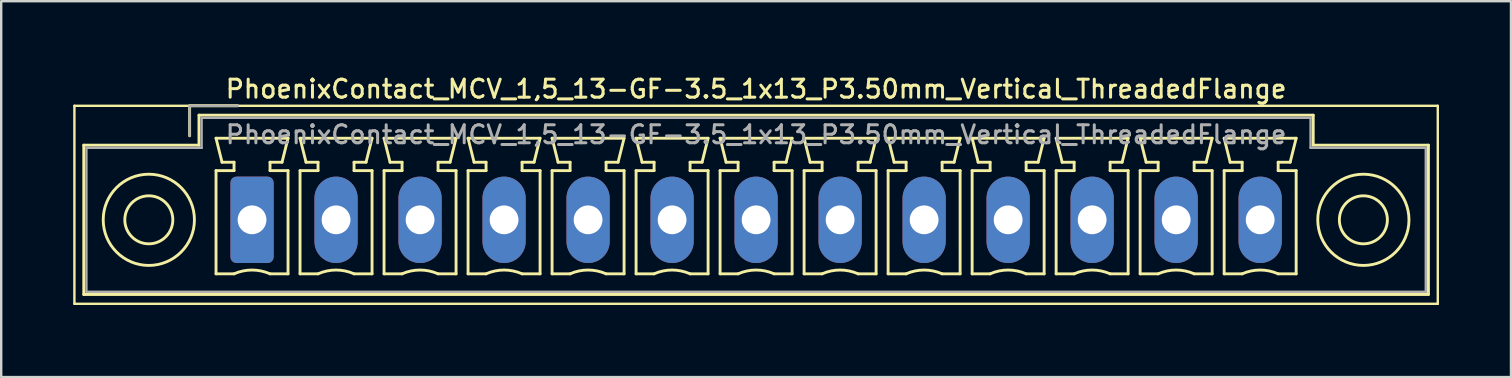
<source format=kicad_pcb>
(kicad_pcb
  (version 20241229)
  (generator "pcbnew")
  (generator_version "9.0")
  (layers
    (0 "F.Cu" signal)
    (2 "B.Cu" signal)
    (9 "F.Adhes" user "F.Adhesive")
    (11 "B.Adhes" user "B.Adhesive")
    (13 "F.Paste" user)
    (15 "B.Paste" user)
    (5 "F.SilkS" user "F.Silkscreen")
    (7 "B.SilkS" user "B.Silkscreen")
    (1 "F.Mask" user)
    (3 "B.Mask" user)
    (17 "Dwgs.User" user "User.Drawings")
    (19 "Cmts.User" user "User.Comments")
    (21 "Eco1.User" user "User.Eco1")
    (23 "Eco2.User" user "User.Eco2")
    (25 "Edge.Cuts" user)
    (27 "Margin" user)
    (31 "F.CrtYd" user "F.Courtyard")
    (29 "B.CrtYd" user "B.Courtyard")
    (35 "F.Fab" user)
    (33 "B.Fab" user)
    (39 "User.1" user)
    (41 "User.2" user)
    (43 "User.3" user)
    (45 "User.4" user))
  (footprint "PhoenixContact_MCV_1,5_13-GF-3.5_1x13_P3.50mm_Vertical_ThreadedFlange"
    (layer "F.Cu")
    (at 7.45 6.108)
    (property "Reference" "PhoenixContact_MCV_1,5_13-GF-3.5_1x13_P3.50mm_Vertical_ThreadedFlange" (at 21 -5.45 0) (layer "F.SilkS") (effects (font (size 0.75 0.75) (thickness 0.125))))
    (attr through_hole)
    (fp_line (start -7.4 -4.75) (end -7.4 3.5) (stroke (width 0.1) (type solid)) (layer "F.SilkS"))
    (fp_line (start -7.4 3.5) (end 49.4 3.5) (stroke (width 0.1) (type solid)) (layer "F.SilkS"))
    (fp_line (start -7.01 -3.11) (end -7.01 3.11) (stroke (width 0.12) (type solid)) (layer "F.SilkS"))
    (fp_line (start -7.01 3.11) (end 49.01 3.11) (stroke (width 0.12) (type solid)) (layer "F.SilkS"))
    (fp_line (start -2.6 -4.75) (end -0.6 -4.75) (stroke (width 0.12) (type solid)) (layer "F.SilkS"))
    (fp_line (start -2.6 -3.5) (end -2.6 -4.75) (stroke (width 0.12) (type solid)) (layer "F.SilkS"))
    (fp_line (start -2.21 -4.36) (end -2.21 -3.11) (stroke (width 0.12) (type solid)) (layer "F.SilkS"))
    (fp_line (start -2.21 -3.11) (end -7.01 -3.11) (stroke (width 0.12) (type solid)) (layer "F.SilkS"))
    (fp_line (start -1.5 -3.4) (end 1.5 -3.4) (stroke (width 0.12) (type solid)) (layer "F.SilkS"))
    (fp_line (start -1.5 -2.05) (end -0.75 -2.05) (stroke (width 0.12) (type solid)) (layer "F.SilkS"))
    (fp_line (start -1.5 2.25) (end -1.5 -2.05) (stroke (width 0.12) (type solid)) (layer "F.SilkS"))
    (fp_line (start -1.25 -2.4) (end -1.5 -3.4) (stroke (width 0.12) (type solid)) (layer "F.SilkS"))
    (fp_line (start -0.75 -2.4) (end -1.25 -2.4) (stroke (width 0.12) (type solid)) (layer "F.SilkS"))
    (fp_line (start -0.75 -2.05) (end -0.75 -2.4) (stroke (width 0.12) (type solid)) (layer "F.SilkS"))
    (fp_line (start -0.75 2.25) (end -1.5 2.25) (stroke (width 0.12) (type solid)) (layer "F.SilkS"))
    (fp_line (start 0.75 -2.4) (end 0.75 -2.05) (stroke (width 0.12) (type solid)) (layer "F.SilkS"))
    (fp_line (start 0.75 -2.05) (end 1.5 -2.05) (stroke (width 0.12) (type solid)) (layer "F.SilkS"))
    (fp_line (start 1.25 -2.4) (end 0.75 -2.4) (stroke (width 0.12) (type solid)) (layer "F.SilkS"))
    (fp_line (start 1.5 -3.4) (end 1.25 -2.4) (stroke (width 0.12) (type solid)) (layer "F.SilkS"))
    (fp_line (start 1.5 -2.05) (end 1.5 2.25) (stroke (width 0.12) (type solid)) (layer "F.SilkS"))
    (fp_line (start 1.5 2.25) (end 0.75 2.25) (stroke (width 0.12) (type solid)) (layer "F.SilkS"))
    (fp_line (start 2 -3.4) (end 5 -3.4) (stroke (width 0.12) (type solid)) (layer "F.SilkS"))
    (fp_line (start 2 -2.05) (end 2.75 -2.05) (stroke (width 0.12) (type solid)) (layer "F.SilkS"))
    (fp_line (start 2 2.25) (end 2 -2.05) (stroke (width 0.12) (type solid)) (layer "F.SilkS"))
    (fp_line (start 2.25 -2.4) (end 2 -3.4) (stroke (width 0.12) (type solid)) (layer "F.SilkS"))
    (fp_line (start 2.75 -2.4) (end 2.25 -2.4) (stroke (width 0.12) (type solid)) (layer "F.SilkS"))
    (fp_line (start 2.75 -2.05) (end 2.75 -2.4) (stroke (width 0.12) (type solid)) (layer "F.SilkS"))
    (fp_line (start 2.75 2.25) (end 2 2.25) (stroke (width 0.12) (type solid)) (layer "F.SilkS"))
    (fp_line (start 4.25 -2.4) (end 4.25 -2.05) (stroke (width 0.12) (type solid)) (layer "F.SilkS"))
    (fp_line (start 4.25 -2.05) (end 5 -2.05) (stroke (width 0.12) (type solid)) (layer "F.SilkS"))
    (fp_line (start 4.75 -2.4) (end 4.25 -2.4) (stroke (width 0.12) (type solid)) (layer "F.SilkS"))
    (fp_line (start 5 -3.4) (end 4.75 -2.4) (stroke (width 0.12) (type solid)) (layer "F.SilkS"))
    (fp_line (start 5 -2.05) (end 5 2.25) (stroke (width 0.12) (type solid)) (layer "F.SilkS"))
    (fp_line (start 5 2.25) (end 4.25 2.25) (stroke (width 0.12) (type solid)) (layer "F.SilkS"))
    (fp_line (start 5.5 -3.4) (end 8.5 -3.4) (stroke (width 0.12) (type solid)) (layer "F.SilkS"))
    (fp_line (start 5.5 -2.05) (end 6.25 -2.05) (stroke (width 0.12) (type solid)) (layer "F.SilkS"))
    (fp_line (start 5.5 2.25) (end 5.5 -2.05) (stroke (width 0.12) (type solid)) (layer "F.SilkS"))
    (fp_line (start 5.75 -2.4) (end 5.5 -3.4) (stroke (width 0.12) (type solid)) (layer "F.SilkS"))
    (fp_line (start 6.25 -2.4) (end 5.75 -2.4) (stroke (width 0.12) (type solid)) (layer "F.SilkS"))
    (fp_line (start 6.25 -2.05) (end 6.25 -2.4) (stroke (width 0.12) (type solid)) (layer "F.SilkS"))
    (fp_line (start 6.25 2.25) (end 5.5 2.25) (stroke (width 0.12) (type solid)) (layer "F.SilkS"))
    (fp_line (start 7.75 -2.4) (end 7.75 -2.05) (stroke (width 0.12) (type solid)) (layer "F.SilkS"))
    (fp_line (start 7.75 -2.05) (end 8.5 -2.05) (stroke (width 0.12) (type solid)) (layer "F.SilkS"))
    (fp_line (start 8.25 -2.4) (end 7.75 -2.4) (stroke (width 0.12) (type solid)) (layer "F.SilkS"))
    (fp_line (start 8.5 -3.4) (end 8.25 -2.4) (stroke (width 0.12) (type solid)) (layer "F.SilkS"))
    (fp_line (start 8.5 -2.05) (end 8.5 2.25) (stroke (width 0.12) (type solid)) (layer "F.SilkS"))
    (fp_line (start 8.5 2.25) (end 7.75 2.25) (stroke (width 0.12) (type solid)) (layer "F.SilkS"))
    (fp_line (start 9 -3.4) (end 12 -3.4) (stroke (width 0.12) (type solid)) (layer "F.SilkS"))
    (fp_line (start 9 -2.05) (end 9.75 -2.05) (stroke (width 0.12) (type solid)) (layer "F.SilkS"))
    (fp_line (start 9 2.25) (end 9 -2.05) (stroke (width 0.12) (type solid)) (layer "F.SilkS"))
    (fp_line (start 9.25 -2.4) (end 9 -3.4) (stroke (width 0.12) (type solid)) (layer "F.SilkS"))
    (fp_line (start 9.75 -2.4) (end 9.25 -2.4) (stroke (width 0.12) (type solid)) (layer "F.SilkS"))
    (fp_line (start 9.75 -2.05) (end 9.75 -2.4) (stroke (width 0.12) (type solid)) (layer "F.SilkS"))
    (fp_line (start 9.75 2.25) (end 9 2.25) (stroke (width 0.12) (type solid)) (layer "F.SilkS"))
    (fp_line (start 11.25 -2.4) (end 11.25 -2.05) (stroke (width 0.12) (type solid)) (layer "F.SilkS"))
    (fp_line (start 11.25 -2.05) (end 12 -2.05) (stroke (width 0.12) (type solid)) (layer "F.SilkS"))
    (fp_line (start 11.75 -2.4) (end 11.25 -2.4) (stroke (width 0.12) (type solid)) (layer "F.SilkS"))
    (fp_line (start 12 -3.4) (end 11.75 -2.4) (stroke (width 0.12) (type solid)) (layer "F.SilkS"))
    (fp_line (start 12 -2.05) (end 12 2.25) (stroke (width 0.12) (type solid)) (layer "F.SilkS"))
    (fp_line (start 12 2.25) (end 11.25 2.25) (stroke (width 0.12) (type solid)) (layer "F.SilkS"))
    (fp_line (start 12.5 -3.4) (end 15.5 -3.4) (stroke (width 0.12) (type solid)) (layer "F.SilkS"))
    (fp_line (start 12.5 -2.05) (end 13.25 -2.05) (stroke (width 0.12) (type solid)) (layer "F.SilkS"))
    (fp_line (start 12.5 2.25) (end 12.5 -2.05) (stroke (width 0.12) (type solid)) (layer "F.SilkS"))
    (fp_line (start 12.75 -2.4) (end 12.5 -3.4) (stroke (width 0.12) (type solid)) (layer "F.SilkS"))
    (fp_line (start 13.25 -2.4) (end 12.75 -2.4) (stroke (width 0.12) (type solid)) (layer "F.SilkS"))
    (fp_line (start 13.25 -2.05) (end 13.25 -2.4) (stroke (width 0.12) (type solid)) (layer "F.SilkS"))
    (fp_line (start 13.25 2.25) (end 12.5 2.25) (stroke (width 0.12) (type solid)) (layer "F.SilkS"))
    (fp_line (start 14.75 -2.4) (end 14.75 -2.05) (stroke (width 0.12) (type solid)) (layer "F.SilkS"))
    (fp_line (start 14.75 -2.05) (end 15.5 -2.05) (stroke (width 0.12) (type solid)) (layer "F.SilkS"))
    (fp_line (start 15.25 -2.4) (end 14.75 -2.4) (stroke (width 0.12) (type solid)) (layer "F.SilkS"))
    (fp_line (start 15.5 -3.4) (end 15.25 -2.4) (stroke (width 0.12) (type solid)) (layer "F.SilkS"))
    (fp_line (start 15.5 -2.05) (end 15.5 2.25) (stroke (width 0.12) (type solid)) (layer "F.SilkS"))
    (fp_line (start 15.5 2.25) (end 14.75 2.25) (stroke (width 0.12) (type solid)) (layer "F.SilkS"))
    (fp_line (start 16 -3.4) (end 19 -3.4) (stroke (width 0.12) (type solid)) (layer "F.SilkS"))
    (fp_line (start 16 -2.05) (end 16.75 -2.05) (stroke (width 0.12) (type solid)) (layer "F.SilkS"))
    (fp_line (start 16 2.25) (end 16 -2.05) (stroke (width 0.12) (type solid)) (layer "F.SilkS"))
    (fp_line (start 16.25 -2.4) (end 16 -3.4) (stroke (width 0.12) (type solid)) (layer "F.SilkS"))
    (fp_line (start 16.75 -2.4) (end 16.25 -2.4) (stroke (width 0.12) (type solid)) (layer "F.SilkS"))
    (fp_line (start 16.75 -2.05) (end 16.75 -2.4) (stroke (width 0.12) (type solid)) (layer "F.SilkS"))
    (fp_line (start 16.75 2.25) (end 16 2.25) (stroke (width 0.12) (type solid)) (layer "F.SilkS"))
    (fp_line (start 18.25 -2.4) (end 18.25 -2.05) (stroke (width 0.12) (type solid)) (layer "F.SilkS"))
    (fp_line (start 18.25 -2.05) (end 19 -2.05) (stroke (width 0.12) (type solid)) (layer "F.SilkS"))
    (fp_line (start 18.75 -2.4) (end 18.25 -2.4) (stroke (width 0.12) (type solid)) (layer "F.SilkS"))
    (fp_line (start 19 -3.4) (end 18.75 -2.4) (stroke (width 0.12) (type solid)) (layer "F.SilkS"))
    (fp_line (start 19 -2.05) (end 19 2.25) (stroke (width 0.12) (type solid)) (layer "F.SilkS"))
    (fp_line (start 19 2.25) (end 18.25 2.25) (stroke (width 0.12) (type solid)) (layer "F.SilkS"))
    (fp_line (start 19.5 -3.4) (end 22.5 -3.4) (stroke (width 0.12) (type solid)) (layer "F.SilkS"))
    (fp_line (start 19.5 -2.05) (end 20.25 -2.05) (stroke (width 0.12) (type solid)) (layer "F.SilkS"))
    (fp_line (start 19.5 2.25) (end 19.5 -2.05) (stroke (width 0.12) (type solid)) (layer "F.SilkS"))
    (fp_line (start 19.75 -2.4) (end 19.5 -3.4) (stroke (width 0.12) (type solid)) (layer "F.SilkS"))
    (fp_line (start 20.25 -2.4) (end 19.75 -2.4) (stroke (width 0.12) (type solid)) (layer "F.SilkS"))
    (fp_line (start 20.25 -2.05) (end 20.25 -2.4) (stroke (width 0.12) (type solid)) (layer "F.SilkS"))
    (fp_line (start 20.25 2.25) (end 19.5 2.25) (stroke (width 0.12) (type solid)) (layer "F.SilkS"))
    (fp_line (start 21.75 -2.4) (end 21.75 -2.05) (stroke (width 0.12) (type solid)) (layer "F.SilkS"))
    (fp_line (start 21.75 -2.05) (end 22.5 -2.05) (stroke (width 0.12) (type solid)) (layer "F.SilkS"))
    (fp_line (start 22.25 -2.4) (end 21.75 -2.4) (stroke (width 0.12) (type solid)) (layer "F.SilkS"))
    (fp_line (start 22.5 -3.4) (end 22.25 -2.4) (stroke (width 0.12) (type solid)) (layer "F.SilkS"))
    (fp_line (start 22.5 -2.05) (end 22.5 2.25) (stroke (width 0.12) (type solid)) (layer "F.SilkS"))
    (fp_line (start 22.5 2.25) (end 21.75 2.25) (stroke (width 0.12) (type solid)) (layer "F.SilkS"))
    (fp_line (start 23 -3.4) (end 26 -3.4) (stroke (width 0.12) (type solid)) (layer "F.SilkS"))
    (fp_line (start 23 -2.05) (end 23.75 -2.05) (stroke (width 0.12) (type solid)) (layer "F.SilkS"))
    (fp_line (start 23 2.25) (end 23 -2.05) (stroke (width 0.12) (type solid)) (layer "F.SilkS"))
    (fp_line (start 23.25 -2.4) (end 23 -3.4) (stroke (width 0.12) (type solid)) (layer "F.SilkS"))
    (fp_line (start 23.75 -2.4) (end 23.25 -2.4) (stroke (width 0.12) (type solid)) (layer "F.SilkS"))
    (fp_line (start 23.75 -2.05) (end 23.75 -2.4) (stroke (width 0.12) (type solid)) (layer "F.SilkS"))
    (fp_line (start 23.75 2.25) (end 23 2.25) (stroke (width 0.12) (type solid)) (layer "F.SilkS"))
    (fp_line (start 25.25 -2.4) (end 25.25 -2.05) (stroke (width 0.12) (type solid)) (layer "F.SilkS"))
    (fp_line (start 25.25 -2.05) (end 26 -2.05) (stroke (width 0.12) (type solid)) (layer "F.SilkS"))
    (fp_line (start 25.75 -2.4) (end 25.25 -2.4) (stroke (width 0.12) (type solid)) (layer "F.SilkS"))
    (fp_line (start 26 -3.4) (end 25.75 -2.4) (stroke (width 0.12) (type solid)) (layer "F.SilkS"))
    (fp_line (start 26 -2.05) (end 26 2.25) (stroke (width 0.12) (type solid)) (layer "F.SilkS"))
    (fp_line (start 26 2.25) (end 25.25 2.25) (stroke (width 0.12) (type solid)) (layer "F.SilkS"))
    (fp_line (start 26.5 -3.4) (end 29.5 -3.4) (stroke (width 0.12) (type solid)) (layer "F.SilkS"))
    (fp_line (start 26.5 -2.05) (end 27.25 -2.05) (stroke (width 0.12) (type solid)) (layer "F.SilkS"))
    (fp_line (start 26.5 2.25) (end 26.5 -2.05) (stroke (width 0.12) (type solid)) (layer "F.SilkS"))
    (fp_line (start 26.75 -2.4) (end 26.5 -3.4) (stroke (width 0.12) (type solid)) (layer "F.SilkS"))
    (fp_line (start 27.25 -2.4) (end 26.75 -2.4) (stroke (width 0.12) (type solid)) (layer "F.SilkS"))
    (fp_line (start 27.25 -2.05) (end 27.25 -2.4) (stroke (width 0.12) (type solid)) (layer "F.SilkS"))
    (fp_line (start 27.25 2.25) (end 26.5 2.25) (stroke (width 0.12) (type solid)) (layer "F.SilkS"))
    (fp_line (start 28.75 -2.4) (end 28.75 -2.05) (stroke (width 0.12) (type solid)) (layer "F.SilkS"))
    (fp_line (start 28.75 -2.05) (end 29.5 -2.05) (stroke (width 0.12) (type solid)) (layer "F.SilkS"))
    (fp_line (start 29.25 -2.4) (end 28.75 -2.4) (stroke (width 0.12) (type solid)) (layer "F.SilkS"))
    (fp_line (start 29.5 -3.4) (end 29.25 -2.4) (stroke (width 0.12) (type solid)) (layer "F.SilkS"))
    (fp_line (start 29.5 -2.05) (end 29.5 2.25) (stroke (width 0.12) (type solid)) (layer "F.SilkS"))
    (fp_line (start 29.5 2.25) (end 28.75 2.25) (stroke (width 0.12) (type solid)) (layer "F.SilkS"))
    (fp_line (start 30 -3.4) (end 33 -3.4) (stroke (width 0.12) (type solid)) (layer "F.SilkS"))
    (fp_line (start 30 -2.05) (end 30.75 -2.05) (stroke (width 0.12) (type solid)) (layer "F.SilkS"))
    (fp_line (start 30 2.25) (end 30 -2.05) (stroke (width 0.12) (type solid)) (layer "F.SilkS"))
    (fp_line (start 30.25 -2.4) (end 30 -3.4) (stroke (width 0.12) (type solid)) (layer "F.SilkS"))
    (fp_line (start 30.75 -2.4) (end 30.25 -2.4) (stroke (width 0.12) (type solid)) (layer "F.SilkS"))
    (fp_line (start 30.75 -2.05) (end 30.75 -2.4) (stroke (width 0.12) (type solid)) (layer "F.SilkS"))
    (fp_line (start 30.75 2.25) (end 30 2.25) (stroke (width 0.12) (type solid)) (layer "F.SilkS"))
    (fp_line (start 32.25 -2.4) (end 32.25 -2.05) (stroke (width 0.12) (type solid)) (layer "F.SilkS"))
    (fp_line (start 32.25 -2.05) (end 33 -2.05) (stroke (width 0.12) (type solid)) (layer "F.SilkS"))
    (fp_line (start 32.75 -2.4) (end 32.25 -2.4) (stroke (width 0.12) (type solid)) (layer "F.SilkS"))
    (fp_line (start 33 -3.4) (end 32.75 -2.4) (stroke (width 0.12) (type solid)) (layer "F.SilkS"))
    (fp_line (start 33 -2.05) (end 33 2.25) (stroke (width 0.12) (type solid)) (layer "F.SilkS"))
    (fp_line (start 33 2.25) (end 32.25 2.25) (stroke (width 0.12) (type solid)) (layer "F.SilkS"))
    (fp_line (start 33.5 -3.4) (end 36.5 -3.4) (stroke (width 0.12) (type solid)) (layer "F.SilkS"))
    (fp_line (start 33.5 -2.05) (end 34.25 -2.05) (stroke (width 0.12) (type solid)) (layer "F.SilkS"))
    (fp_line (start 33.5 2.25) (end 33.5 -2.05) (stroke (width 0.12) (type solid)) (layer "F.SilkS"))
    (fp_line (start 33.75 -2.4) (end 33.5 -3.4) (stroke (width 0.12) (type solid)) (layer "F.SilkS"))
    (fp_line (start 34.25 -2.4) (end 33.75 -2.4) (stroke (width 0.12) (type solid)) (layer "F.SilkS"))
    (fp_line (start 34.25 -2.05) (end 34.25 -2.4) (stroke (width 0.12) (type solid)) (layer "F.SilkS"))
    (fp_line (start 34.25 2.25) (end 33.5 2.25) (stroke (width 0.12) (type solid)) (layer "F.SilkS"))
    (fp_line (start 35.75 -2.4) (end 35.75 -2.05) (stroke (width 0.12) (type solid)) (layer "F.SilkS"))
    (fp_line (start 35.75 -2.05) (end 36.5 -2.05) (stroke (width 0.12) (type solid)) (layer "F.SilkS"))
    (fp_line (start 36.25 -2.4) (end 35.75 -2.4) (stroke (width 0.12) (type solid)) (layer "F.SilkS"))
    (fp_line (start 36.5 -3.4) (end 36.25 -2.4) (stroke (width 0.12) (type solid)) (layer "F.SilkS"))
    (fp_line (start 36.5 -2.05) (end 36.5 2.25) (stroke (width 0.12) (type solid)) (layer "F.SilkS"))
    (fp_line (start 36.5 2.25) (end 35.75 2.25) (stroke (width 0.12) (type solid)) (layer "F.SilkS"))
    (fp_line (start 37 -3.4) (end 40 -3.4) (stroke (width 0.12) (type solid)) (layer "F.SilkS"))
    (fp_line (start 37 -2.05) (end 37.75 -2.05) (stroke (width 0.12) (type solid)) (layer "F.SilkS"))
    (fp_line (start 37 2.25) (end 37 -2.05) (stroke (width 0.12) (type solid)) (layer "F.SilkS"))
    (fp_line (start 37.25 -2.4) (end 37 -3.4) (stroke (width 0.12) (type solid)) (layer "F.SilkS"))
    (fp_line (start 37.75 -2.4) (end 37.25 -2.4) (stroke (width 0.12) (type solid)) (layer "F.SilkS"))
    (fp_line (start 37.75 -2.05) (end 37.75 -2.4) (stroke (width 0.12) (type solid)) (layer "F.SilkS"))
    (fp_line (start 37.75 2.25) (end 37 2.25) (stroke (width 0.12) (type solid)) (layer "F.SilkS"))
    (fp_line (start 39.25 -2.4) (end 39.25 -2.05) (stroke (width 0.12) (type solid)) (layer "F.SilkS"))
    (fp_line (start 39.25 -2.05) (end 40 -2.05) (stroke (width 0.12) (type solid)) (layer "F.SilkS"))
    (fp_line (start 39.75 -2.4) (end 39.25 -2.4) (stroke (width 0.12) (type solid)) (layer "F.SilkS"))
    (fp_line (start 40 -3.4) (end 39.75 -2.4) (stroke (width 0.12) (type solid)) (layer "F.SilkS"))
    (fp_line (start 40 -2.05) (end 40 2.25) (stroke (width 0.12) (type solid)) (layer "F.SilkS"))
    (fp_line (start 40 2.25) (end 39.25 2.25) (stroke (width 0.12) (type solid)) (layer "F.SilkS"))
    (fp_line (start 40.5 -3.4) (end 43.5 -3.4) (stroke (width 0.12) (type solid)) (layer "F.SilkS"))
    (fp_line (start 40.5 -2.05) (end 41.25 -2.05) (stroke (width 0.12) (type solid)) (layer "F.SilkS"))
    (fp_line (start 40.5 2.25) (end 40.5 -2.05) (stroke (width 0.12) (type solid)) (layer "F.SilkS"))
    (fp_line (start 40.75 -2.4) (end 40.5 -3.4) (stroke (width 0.12) (type solid)) (layer "F.SilkS"))
    (fp_line (start 41.25 -2.4) (end 40.75 -2.4) (stroke (width 0.12) (type solid)) (layer "F.SilkS"))
    (fp_line (start 41.25 -2.05) (end 41.25 -2.4) (stroke (width 0.12) (type solid)) (layer "F.SilkS"))
    (fp_line (start 41.25 2.25) (end 40.5 2.25) (stroke (width 0.12) (type solid)) (layer "F.SilkS"))
    (fp_line (start 42.75 -2.4) (end 42.75 -2.05) (stroke (width 0.12) (type solid)) (layer "F.SilkS"))
    (fp_line (start 42.75 -2.05) (end 43.5 -2.05) (stroke (width 0.12) (type solid)) (layer "F.SilkS"))
    (fp_line (start 43.25 -2.4) (end 42.75 -2.4) (stroke (width 0.12) (type solid)) (layer "F.SilkS"))
    (fp_line (start 43.5 -3.4) (end 43.25 -2.4) (stroke (width 0.12) (type solid)) (layer "F.SilkS"))
    (fp_line (start 43.5 -2.05) (end 43.5 2.25) (stroke (width 0.12) (type solid)) (layer "F.SilkS"))
    (fp_line (start 43.5 2.25) (end 42.75 2.25) (stroke (width 0.12) (type solid)) (layer "F.SilkS"))
    (fp_line (start 44.21 -4.36) (end -2.21 -4.36) (stroke (width 0.12) (type solid)) (layer "F.SilkS"))
    (fp_line (start 44.21 -3.11) (end 44.21 -4.36) (stroke (width 0.12) (type solid)) (layer "F.SilkS"))
    (fp_line (start 49.01 -3.11) (end 44.21 -3.11) (stroke (width 0.12) (type solid)) (layer "F.SilkS"))
    (fp_line (start 49.01 3.11) (end 49.01 -3.11) (stroke (width 0.12) (type solid)) (layer "F.SilkS"))
    (fp_line (start 49.4 -4.75) (end -7.4 -4.75) (stroke (width 0.1) (type solid)) (layer "F.SilkS"))
    (fp_line (start 49.4 3.5) (end 49.4 -4.75) (stroke (width 0.1) (type solid)) (layer "F.SilkS"))
    (fp_arc (start -0.75 2.25) (mid -0.000193 2.09191) (end 0.749647 2.249844) (stroke (width 0.12) (type solid)) (layer "F.SilkS"))
    (fp_arc (start 2.75 2.25) (mid 3.499807 2.09191) (end 4.249647 2.249844) (stroke (width 0.12) (type solid)) (layer "F.SilkS"))
    (fp_arc (start 6.25 2.25) (mid 6.999807 2.09191) (end 7.749647 2.249844) (stroke (width 0.12) (type solid)) (layer "F.SilkS"))
    (fp_arc (start 9.75 2.25) (mid 10.499807 2.09191) (end 11.249647 2.249844) (stroke (width 0.12) (type solid)) (layer "F.SilkS"))
    (fp_arc (start 13.25 2.25) (mid 13.999807 2.09191) (end 14.749647 2.249844) (stroke (width 0.12) (type solid)) (layer "F.SilkS"))
    (fp_arc (start 16.75 2.25) (mid 17.499807 2.09191) (end 18.249647 2.249844) (stroke (width 0.12) (type solid)) (layer "F.SilkS"))
    (fp_arc (start 20.25 2.25) (mid 20.999807 2.09191) (end 21.749647 2.249844) (stroke (width 0.12) (type solid)) (layer "F.SilkS"))
    (fp_arc (start 23.75 2.25) (mid 24.499807 2.09191) (end 25.249647 2.249844) (stroke (width 0.12) (type solid)) (layer "F.SilkS"))
    (fp_arc (start 27.25 2.25) (mid 27.999807 2.09191) (end 28.749647 2.249844) (stroke (width 0.12) (type solid)) (layer "F.SilkS"))
    (fp_arc (start 30.75 2.25) (mid 31.499807 2.09191) (end 32.249647 2.249844) (stroke (width 0.12) (type solid)) (layer "F.SilkS"))
    (fp_arc (start 34.25 2.25) (mid 34.999807 2.09191) (end 35.749647 2.249844) (stroke (width 0.12) (type solid)) (layer "F.SilkS"))
    (fp_arc (start 37.75 2.25) (mid 38.499807 2.09191) (end 39.249647 2.249844) (stroke (width 0.12) (type solid)) (layer "F.SilkS"))
    (fp_arc (start 41.25 2.25) (mid 41.999807 2.09191) (end 42.749647 2.249844) (stroke (width 0.12) (type solid)) (layer "F.SilkS"))
    (fp_circle (center -4.3 0) (end -3.3 0) (stroke (width 0.12) (type solid)) (fill no) (layer "F.SilkS"))
    (fp_circle (center -4.3 0) (end -2.4 0) (stroke (width 0.12) (type solid)) (fill no) (layer "F.SilkS"))
    (fp_circle (center 46.3 0) (end 47.3 0) (stroke (width 0.12) (type solid)) (fill no) (layer "F.SilkS"))
    (fp_circle (center 46.3 0) (end 48.2 0) (stroke (width 0.12) (type solid)) (fill no) (layer "F.SilkS"))
    (fp_line (start -6.9 -3) (end -6.9 3) (stroke (width 0.1) (type solid)) (layer "F.Fab"))
    (fp_line (start -6.9 3) (end 48.9 3) (stroke (width 0.1) (type solid)) (layer "F.Fab"))
    (fp_line (start -2.6 -4.75) (end -0.6 -4.75) (stroke (width 0.1) (type solid)) (layer "F.Fab"))
    (fp_line (start -2.6 -3.5) (end -2.6 -4.75) (stroke (width 0.1) (type solid)) (layer "F.Fab"))
    (fp_line (start -2.1 -4.25) (end -2.1 -3) (stroke (width 0.1) (type solid)) (layer "F.Fab"))
    (fp_line (start -2.1 -3) (end -6.9 -3) (stroke (width 0.1) (type solid)) (layer "F.Fab"))
    (fp_line (start 44.1 -4.25) (end -2.1 -4.25) (stroke (width 0.1) (type solid)) (layer "F.Fab"))
    (fp_line (start 44.1 -3) (end 44.1 -4.25) (stroke (width 0.1) (type solid)) (layer "F.Fab"))
    (fp_line (start 48.9 -3) (end 44.1 -3) (stroke (width 0.1) (type solid)) (layer "F.Fab"))
    (fp_line (start 48.9 3) (end 48.9 -3) (stroke (width 0.1) (type solid)) (layer "F.Fab"))
    (fp_text user "${REFERENCE}" (at 21 -3.55 0) (layer "F.Fab") (effects (font (size 0.75 0.75) (thickness 0.125))))
    (pad "1" thru_hole roundrect (at 0 0) (size 1.8 3.6) (drill 1.2) (layers "*.Cu" "*.Mask") (roundrect_rratio 0.139))
    (pad "2" thru_hole oval (at 3.5 0) (size 1.8 3.6) (drill 1.2) (layers "*.Cu" "*.Mask"))
    (pad "3" thru_hole oval (at 7 0) (size 1.8 3.6) (drill 1.2) (layers "*.Cu" "*.Mask"))
    (pad "4" thru_hole oval (at 10.5 0) (size 1.8 3.6) (drill 1.2) (layers "*.Cu" "*.Mask"))
    (pad "5" thru_hole oval (at 14 0) (size 1.8 3.6) (drill 1.2) (layers "*.Cu" "*.Mask"))
    (pad "6" thru_hole oval (at 17.5 0) (size 1.8 3.6) (drill 1.2) (layers "*.Cu" "*.Mask"))
    (pad "7" thru_hole oval (at 21 0) (size 1.8 3.6) (drill 1.2) (layers "*.Cu" "*.Mask"))
    (pad "8" thru_hole oval (at 24.5 0) (size 1.8 3.6) (drill 1.2) (layers "*.Cu" "*.Mask"))
    (pad "9" thru_hole oval (at 28 0) (size 1.8 3.6) (drill 1.2) (layers "*.Cu" "*.Mask"))
    (pad "10" thru_hole oval (at 31.5 0) (size 1.8 3.6) (drill 1.2) (layers "*.Cu" "*.Mask"))
    (pad "11" thru_hole oval (at 35 0) (size 1.8 3.6) (drill 1.2) (layers "*.Cu" "*.Mask"))
    (pad "12" thru_hole oval (at 38.5 0) (size 1.8 3.6) (drill 1.2) (layers "*.Cu" "*.Mask"))
    (pad "13" thru_hole oval (at 42 0) (size 1.8 3.6) (drill 1.2) (layers "*.Cu" "*.Mask")))
  (gr_rect
    (start -3 -3)
    (end 59.9 12.658)
    (stroke (width 0.1) (type default))
    (fill no)
    (layer "Edge.Cuts")))
</source>
